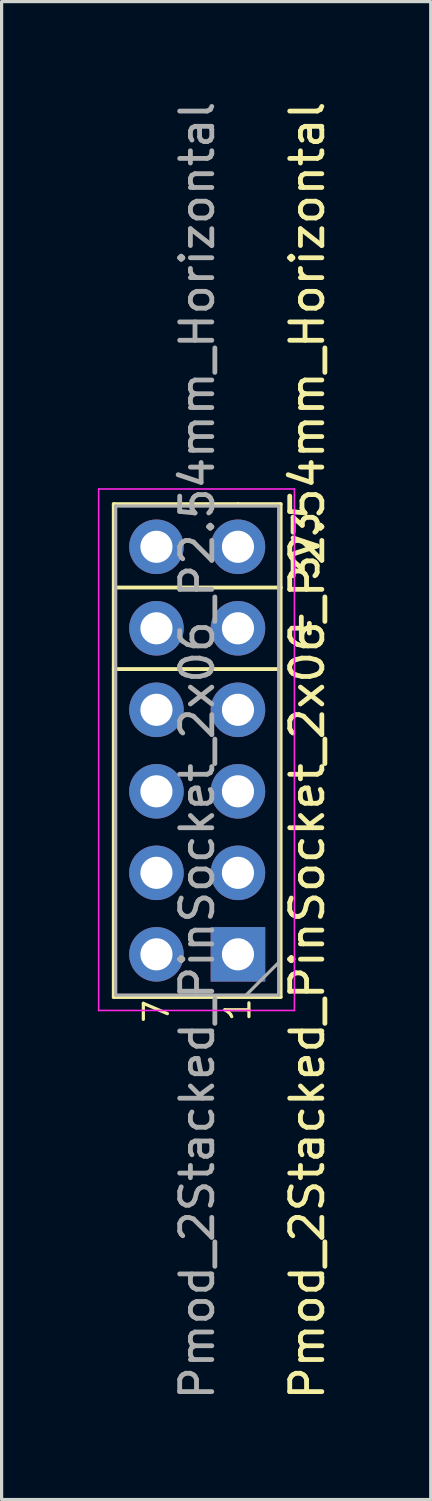
<source format=kicad_pcb>
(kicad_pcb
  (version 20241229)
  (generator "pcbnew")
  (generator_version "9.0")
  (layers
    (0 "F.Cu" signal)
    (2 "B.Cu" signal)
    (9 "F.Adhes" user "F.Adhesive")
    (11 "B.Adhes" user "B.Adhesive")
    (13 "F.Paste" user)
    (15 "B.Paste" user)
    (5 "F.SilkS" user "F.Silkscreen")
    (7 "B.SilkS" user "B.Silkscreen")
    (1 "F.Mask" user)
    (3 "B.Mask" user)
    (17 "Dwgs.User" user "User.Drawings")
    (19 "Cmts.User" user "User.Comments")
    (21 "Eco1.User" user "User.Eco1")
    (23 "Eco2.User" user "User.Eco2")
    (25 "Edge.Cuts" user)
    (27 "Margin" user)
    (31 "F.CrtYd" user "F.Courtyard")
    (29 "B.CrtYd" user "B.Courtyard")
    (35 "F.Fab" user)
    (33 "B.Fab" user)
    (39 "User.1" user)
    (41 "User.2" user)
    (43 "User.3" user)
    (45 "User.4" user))
  (footprint "Pmod_2Stacked_PinSocket_2x06_P2.54mm_Horizontal"
    (layer "F.Cu")
    (at 3.065 20.389)
    (property "Reference" "Pmod_2Stacked_PinSocket_2x06_P2.54mm_Horizontal" (at 3.459 -0.05 90) (layer "F.SilkS") (effects (font (size 1 1) (thickness 0.15))))
    (attr through_hole)
    (fp_line (start -2.57 -7.73) (end -2.57 7.63) (stroke (width 0.12) (type solid)) (layer "F.SilkS"))
    (fp_line (start -2.57 -7.73) (end 1.3 -7.73) (stroke (width 0.12) (type solid)) (layer "F.SilkS"))
    (fp_line (start -2.57 -2.59) (end 2.57 -2.59) (stroke (width 0.12) (type solid)) (layer "F.SilkS"))
    (fp_line (start -2.57 7.63) (end 2.63 7.63) (stroke (width 0.12) (type solid)) (layer "F.SilkS"))
    (fp_line (start -2.51 -5.13) (end 2.63 -5.13) (stroke (width 0.12) (type solid)) (layer "F.SilkS"))
    (fp_line (start 1.3 -7.73) (end 2.63 -7.73) (stroke (width 0.12) (type solid)) (layer "F.SilkS"))
    (fp_line (start 2.63 -7.73) (end 2.63 -5.13) (stroke (width 0.12) (type solid)) (layer "F.SilkS"))
    (fp_line (start 2.63 -5.13) (end 2.63 7.63) (stroke (width 0.12) (type solid)) (layer "F.SilkS"))
    (fp_line (start 3.275 -3.863) (end 2.975 -3.863) (stroke (width 0.15) (type solid)) (layer "F.SilkS"))
    (fp_line (start 3.275 -3.513) (end 3.275 -4.213) (stroke (width 0.15) (type solid)) (layer "F.SilkS"))
    (fp_line (start 3.525 -3.713) (end 3.525 -4.013) (stroke (width 0.15) (type solid)) (layer "F.SilkS"))
    (fp_line (start 3.775 -3.863) (end 3.775 -3.863) (stroke (width 0.15) (type solid)) (layer "F.SilkS"))
    (fp_line (start -3.04 -8.2) (end 3.06 -8.2) (stroke (width 0.05) (type solid)) (layer "F.CrtYd"))
    (fp_line (start -3.04 8.05) (end -3.04 -8.2) (stroke (width 0.05) (type solid)) (layer "F.CrtYd"))
    (fp_line (start 3.06 -8.2) (end 3.06 8.05) (stroke (width 0.05) (type solid)) (layer "F.CrtYd"))
    (fp_line (start 3.06 8.05) (end -3.04 8.05) (stroke (width 0.05) (type solid)) (layer "F.CrtYd"))
    (fp_line (start -2.51 -7.67) (end 2.57 -7.67) (stroke (width 0.1) (type solid)) (layer "F.Fab"))
    (fp_line (start -2.51 7.57) (end -2.51 -7.67) (stroke (width 0.1) (type solid)) (layer "F.Fab"))
    (fp_line (start 1.57 7.554) (end 2.57 6.554) (stroke (width 0.1) (type solid)) (layer "F.Fab"))
    (fp_line (start 2.57 -7.67) (end 2.57 7.57) (stroke (width 0.1) (type solid)) (layer "F.Fab"))
    (fp_line (start 2.57 7.57) (end -2.51 7.57) (stroke (width 0.1) (type solid)) (layer "F.Fab"))
    (fp_text user "7" (at -1.24 8.077 90) (unlocked yes) (layer "F.SilkS") (effects (font (size 0.75 0.75) (thickness 0.1))))
    (fp_text user "3V3" (at 3.429 -6.426 90) (unlocked yes) (layer "F.SilkS") (effects (font (size 0.75 0.75) (thickness 0.15))))
    (fp_text user "1" (at 1.3 8.026 90) (unlocked yes) (layer "F.SilkS") (effects (font (size 0.75 0.75) (thickness 0.1))))
    (fp_text user "${REFERENCE}" (at 0.03 -0.05 90) (layer "F.Fab") (effects (font (size 1 1) (thickness 0.15))))
    (pad "1" thru_hole rect (at 1.3 6.3) (size 1.7 1.7) (drill 1) (layers "*.Cu" "*.Mask"))
    (pad "2" thru_hole oval (at 1.3 3.76) (size 1.7 1.7) (drill 1) (layers "*.Cu" "*.Mask"))
    (pad "3" thru_hole oval (at 1.3 1.22) (size 1.7 1.7) (drill 1) (layers "*.Cu" "*.Mask"))
    (pad "4" thru_hole oval (at 1.3 -1.32) (size 1.7 1.7) (drill 1) (layers "*.Cu" "*.Mask"))
    (pad "5" thru_hole oval (at 1.3 -3.86) (size 1.7 1.7) (drill 1) (layers "*.Cu" "*.Mask"))
    (pad "6" thru_hole oval (at 1.3 -6.4) (size 1.7 1.7) (drill 1) (layers "*.Cu" "*.Mask"))
    (pad "7" thru_hole oval (at -1.24 6.3) (size 1.7 1.7) (drill 1) (layers "*.Cu" "*.Mask"))
    (pad "8" thru_hole oval (at -1.24 3.76) (size 1.7 1.7) (drill 1) (layers "*.Cu" "*.Mask"))
    (pad "9" thru_hole oval (at -1.24 1.22) (size 1.7 1.7) (drill 1) (layers "*.Cu" "*.Mask"))
    (pad "10" thru_hole oval (at -1.24 -1.32) (size 1.7 1.7) (drill 1) (layers "*.Cu" "*.Mask"))
    (pad "11" thru_hole oval (at -1.24 -3.86) (size 1.7 1.7) (drill 1) (layers "*.Cu" "*.Mask"))
    (pad "12" thru_hole oval (at -1.24 -6.4) (size 1.7 1.7) (drill 1) (layers "*.Cu" "*.Mask")))
  (gr_rect
    (start -3 -3)
    (end 10.372 43.679)
    (stroke (width 0.1) (type default))
    (fill no)
    (layer "Edge.Cuts")))
</source>
